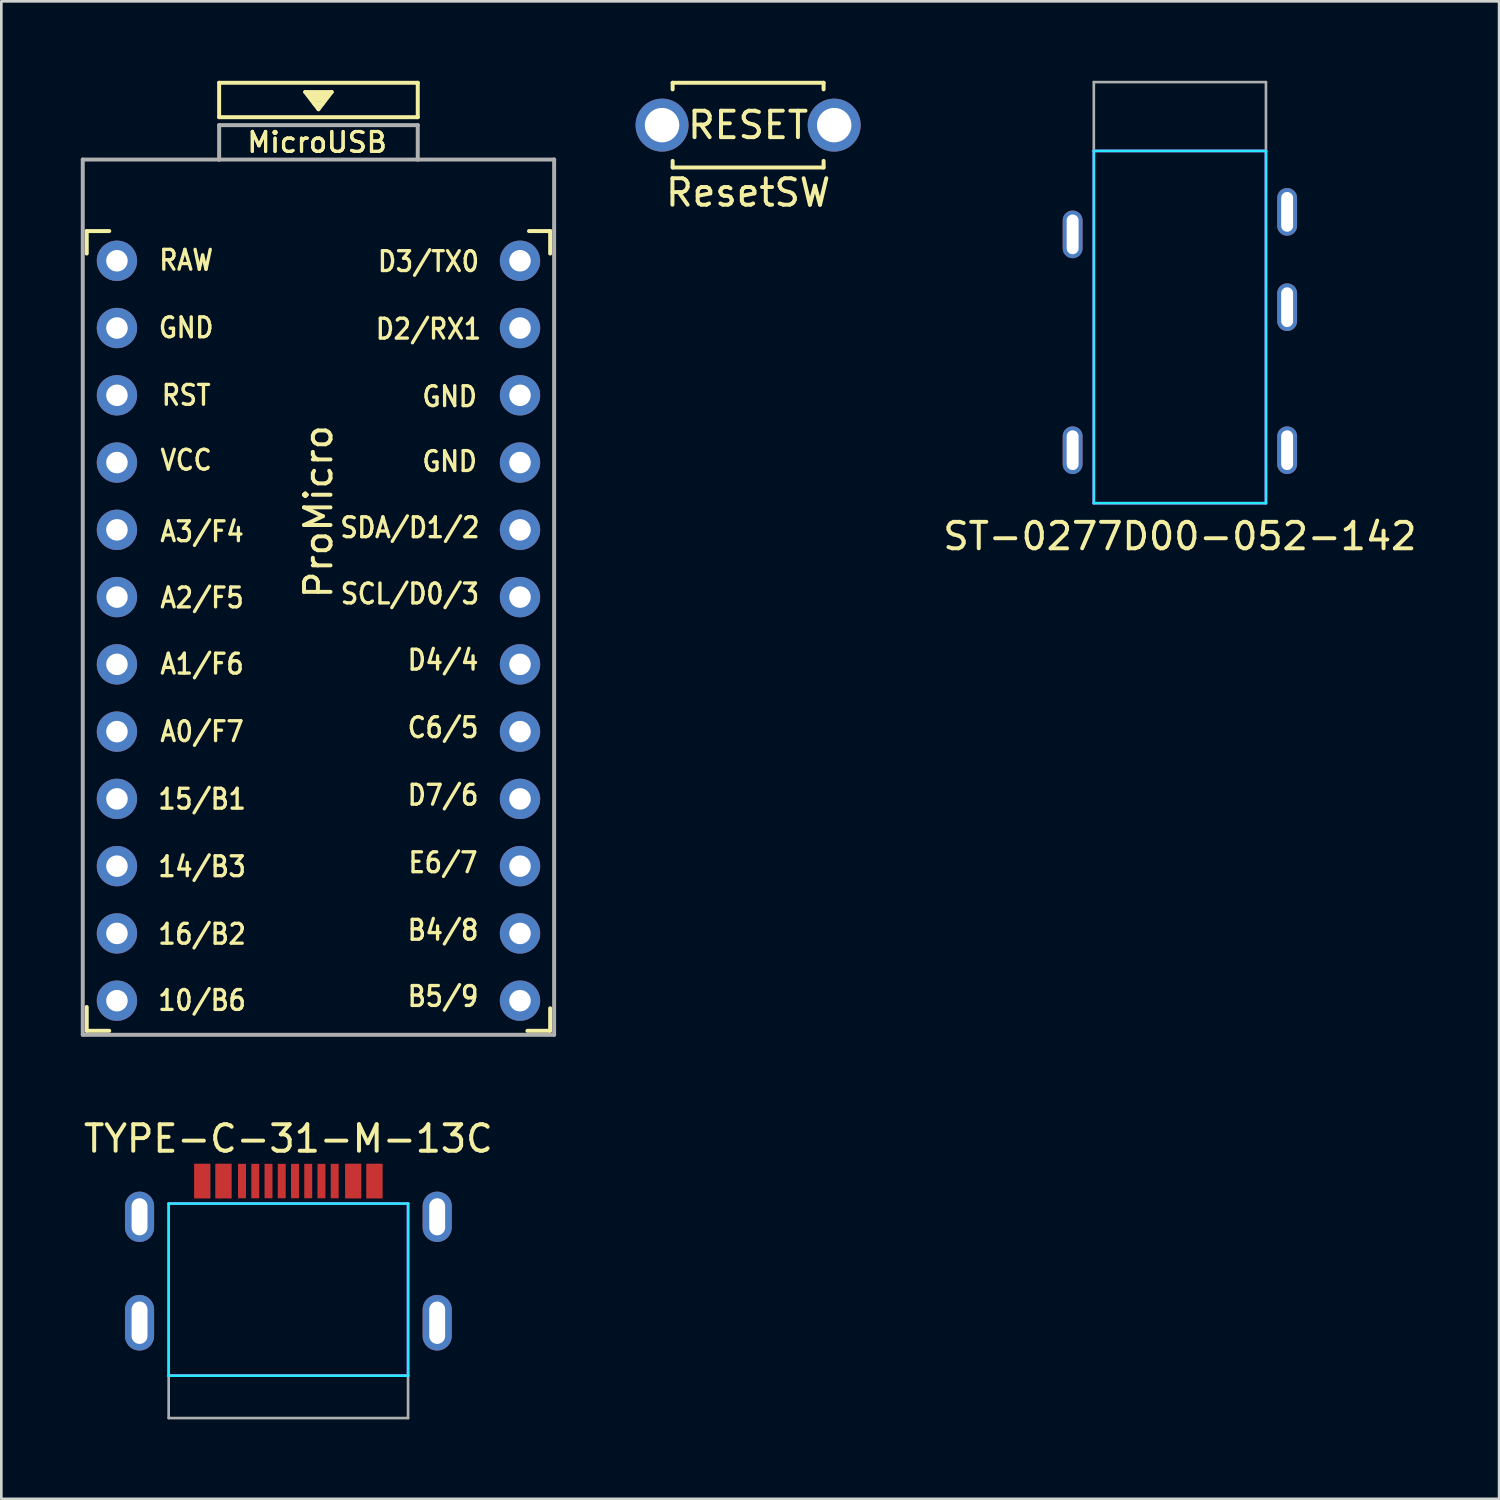
<source format=kicad_pcb>
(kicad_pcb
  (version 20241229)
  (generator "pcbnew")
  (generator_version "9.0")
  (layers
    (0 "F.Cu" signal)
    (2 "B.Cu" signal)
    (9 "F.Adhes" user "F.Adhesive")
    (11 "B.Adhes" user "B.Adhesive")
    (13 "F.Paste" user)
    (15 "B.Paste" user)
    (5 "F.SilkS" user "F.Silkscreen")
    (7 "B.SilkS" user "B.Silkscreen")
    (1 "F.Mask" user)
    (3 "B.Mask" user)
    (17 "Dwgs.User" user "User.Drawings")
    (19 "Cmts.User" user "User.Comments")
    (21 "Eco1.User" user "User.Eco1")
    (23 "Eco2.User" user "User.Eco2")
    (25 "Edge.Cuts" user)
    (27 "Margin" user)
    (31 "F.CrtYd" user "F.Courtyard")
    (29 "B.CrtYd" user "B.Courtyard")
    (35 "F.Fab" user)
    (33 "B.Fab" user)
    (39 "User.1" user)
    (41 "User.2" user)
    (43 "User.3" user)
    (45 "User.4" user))
  (footprint "ProMicro"
    (layer "F.Cu")
    (at 8.975 21.275)
    (property "Reference" "ProMicro" (at 0 -5 270) (layer "F.SilkS") (effects (font (size 1 1) (thickness 0.15))))
    (attr through_hole)
    (fp_line (start -8.75 -15.6) (end -8.75 -14.75) (stroke (width 0.15) (type solid)) (layer "F.SilkS"))
    (fp_line (start -8.75 -15.6) (end -7.9 -15.6) (stroke (width 0.15) (type solid)) (layer "F.SilkS"))
    (fp_line (start -8.75 13.7) (end -8.75 14.6) (stroke (width 0.15) (type solid)) (layer "F.SilkS"))
    (fp_line (start -8.75 14.6) (end -7.9 14.6) (stroke (width 0.15) (type solid)) (layer "F.SilkS"))
    (fp_line (start -3.75 -21.2) (end -3.75 -19.9) (stroke (width 0.15) (type solid)) (layer "F.SilkS"))
    (fp_line (start -3.75 -19.9) (end 3.75 -19.9) (stroke (width 0.15) (type solid)) (layer "F.SilkS"))
    (fp_line (start -0.5 -20.85) (end 0.5 -20.85) (stroke (width 0.15) (type solid)) (layer "F.SilkS"))
    (fp_line (start -0.35 -20.7) (end 0.35 -20.7) (stroke (width 0.15) (type solid)) (layer "F.SilkS"))
    (fp_line (start -0.25 -20.55) (end 0.25 -20.55) (stroke (width 0.15) (type solid)) (layer "F.SilkS"))
    (fp_line (start -0.15 -20.4) (end 0.15 -20.4) (stroke (width 0.15) (type solid)) (layer "F.SilkS"))
    (fp_line (start 0 -20.2) (end -0.5 -20.85) (stroke (width 0.15) (type solid)) (layer "F.SilkS"))
    (fp_line (start 0.5 -20.85) (end 0 -20.2) (stroke (width 0.15) (type solid)) (layer "F.SilkS"))
    (fp_line (start 3.75 -21.2) (end -3.75 -21.2) (stroke (width 0.15) (type solid)) (layer "F.SilkS"))
    (fp_line (start 3.75 -19.9) (end 3.75 -21.2) (stroke (width 0.15) (type solid)) (layer "F.SilkS"))
    (fp_line (start 8.75 -15.6) (end 7.95 -15.6) (stroke (width 0.15) (type solid)) (layer "F.SilkS"))
    (fp_line (start 8.75 -15.6) (end 8.75 -14.75) (stroke (width 0.15) (type solid)) (layer "F.SilkS"))
    (fp_line (start 8.75 13.75) (end 8.75 14.6) (stroke (width 0.15) (type solid)) (layer "F.SilkS"))
    (fp_line (start 8.75 14.6) (end 7.89 14.6) (stroke (width 0.15) (type solid)) (layer "F.SilkS"))
    (fp_line (start -8.9 -18.3) (end -3.75 -18.3) (stroke (width 0.15) (type solid)) (layer "F.Fab"))
    (fp_line (start -8.9 14.75) (end -8.9 -18.3) (stroke (width 0.15) (type solid)) (layer "F.Fab"))
    (fp_line (start -3.75 -19.6) (end -3.75 -18.299) (stroke (width 0.15) (type solid)) (layer "F.Fab"))
    (fp_line (start -3.75 -19.6) (end 3.75 -19.6) (stroke (width 0.15) (type solid)) (layer "F.Fab"))
    (fp_line (start -3.75 -18.3) (end 3.75 -18.3) (stroke (width 0.15) (type solid)) (layer "F.Fab"))
    (fp_line (start 3.75 -19.6) (end 3.75 -18.3) (stroke (width 0.15) (type solid)) (layer "F.Fab"))
    (fp_line (start 3.76 -18.3) (end 8.9 -18.3) (stroke (width 0.15) (type solid)) (layer "F.Fab"))
    (fp_line (start 8.9 -18.3) (end 8.9 14.75) (stroke (width 0.15) (type solid)) (layer "F.Fab"))
    (fp_line (start 8.9 14.75) (end -8.9 14.75) (stroke (width 0.15) (type solid)) (layer "F.Fab"))
    (fp_text user "GND" (at 4.955 -9.35 0) (unlocked yes) (layer "F.SilkS") (effects (font (size 0.75 0.67) (thickness 0.125))))
    (fp_text user "D4/4" (at 4.705 0.6 0) (unlocked yes) (layer "F.SilkS") (effects (font (size 0.75 0.67) (thickness 0.125))))
    (fp_text user "10/B6" (at -4.395 13.45 0) (unlocked yes) (layer "F.SilkS") (effects (font (size 0.75 0.67) (thickness 0.125))))
    (fp_text user "16/B2" (at -4.395 10.95 0) (unlocked yes) (layer "F.SilkS") (effects (font (size 0.75 0.67) (thickness 0.125))))
    (fp_text user "A1/F6" (at -4.395 0.75 0) (unlocked yes) (layer "F.SilkS") (effects (font (size 0.75 0.67) (thickness 0.125))))
    (fp_text user "GND" (at 4.955 -6.9 0) (unlocked yes) (layer "F.SilkS") (effects (font (size 0.75 0.67) (thickness 0.125))))
    (fp_text user "A2/F5" (at -4.395 -1.75 0) (unlocked yes) (layer "F.SilkS") (effects (font (size 0.75 0.67) (thickness 0.125))))
    (fp_text user "MicroUSB" (at -0.05 -18.95 0) (layer "F.SilkS") (effects (font (size 0.75 0.75) (thickness 0.12))))
    (fp_text user "14/B3" (at -4.395 8.4 0) (unlocked yes) (layer "F.SilkS") (effects (font (size 0.75 0.67) (thickness 0.125))))
    (fp_text user "15/B1" (at -4.395 5.85 0) (unlocked yes) (layer "F.SilkS") (effects (font (size 0.75 0.67) (thickness 0.125))))
    (fp_text user "D2/RX1" (at 4.155 -11.9 0) (unlocked yes) (layer "F.SilkS") (effects (font (size 0.75 0.67) (thickness 0.125))))
    (fp_text user "VCC" (at -4.995 -6.95 0) (unlocked yes) (layer "F.SilkS") (effects (font (size 0.75 0.67) (thickness 0.125))))
    (fp_text user "B5/9" (at 4.705 13.3 0) (unlocked yes) (layer "F.SilkS") (effects (font (size 0.75 0.67) (thickness 0.125))))
    (fp_text user "MicroUSB" (at -0.05 -18.95 0) (layer "F.SilkS") (effects (font (size 0.75 0.75) (thickness 0.12))))
    (fp_text user "C6/5" (at 4.705 3.15 0) (unlocked yes) (layer "F.SilkS") (effects (font (size 0.75 0.67) (thickness 0.125))))
    (fp_text user "A0/F7" (at -4.395 3.3 0) (unlocked yes) (layer "F.SilkS") (effects (font (size 0.75 0.67) (thickness 0.125))))
    (fp_text user "E6/7" (at 4.705 8.25 0) (unlocked yes) (layer "F.SilkS") (effects (font (size 0.75 0.67) (thickness 0.125))))
    (fp_text user "GND" (at -4.995 -11.95 0) (unlocked yes) (layer "F.SilkS") (effects (font (size 0.75 0.67) (thickness 0.125))))
    (fp_text user "RST" (at -4.995 -9.4 0) (unlocked yes) (layer "F.SilkS") (effects (font (size 0.75 0.67) (thickness 0.125))))
    (fp_text user "D7/6" (at 4.705 5.7 0) (unlocked yes) (layer "F.SilkS") (effects (font (size 0.75 0.67) (thickness 0.125))))
    (fp_text user "A3/F4" (at -4.395 -4.25 0) (unlocked yes) (layer "F.SilkS") (effects (font (size 0.75 0.67) (thickness 0.125))))
    (fp_text user "SDA/D1/2" (at 3.455 -4.4 0) (unlocked yes) (layer "F.SilkS") (effects (font (size 0.75 0.67) (thickness 0.125))))
    (fp_text user "D3/TX0" (at 4.155 -14.45 0) (unlocked yes) (layer "F.SilkS") (effects (font (size 0.75 0.67) (thickness 0.125))))
    (fp_text user "B4/8" (at 4.705 10.8 0) (unlocked yes) (layer "F.SilkS") (effects (font (size 0.75 0.67) (thickness 0.125))))
    (fp_text user "RAW" (at -4.995 -14.5 0) (unlocked yes) (layer "F.SilkS") (effects (font (size 0.75 0.67) (thickness 0.125))))
    (fp_text user "SCL/D0/3" (at 3.455 -1.9 0) (unlocked yes) (layer "F.SilkS") (effects (font (size 0.75 0.67) (thickness 0.125))))
    (pad "1" thru_hole circle (at 7.611 -14.478) (size 1.524 1.524) (drill 0.813) (layers "*.Cu" "B.Mask"))
    (pad "2" thru_hole circle (at 7.611 -11.938) (size 1.524 1.524) (drill 0.813) (layers "*.Cu" "B.Mask"))
    (pad "3" thru_hole circle (at 7.611 -9.398) (size 1.524 1.524) (drill 0.813) (layers "*.Cu" "B.Mask"))
    (pad "4" thru_hole circle (at 7.611 -6.858) (size 1.524 1.524) (drill 0.813) (layers "*.Cu" "B.Mask"))
    (pad "5" thru_hole circle (at 7.611 -4.318) (size 1.524 1.524) (drill 0.813) (layers "*.Cu" "B.Mask"))
    (pad "6" thru_hole circle (at 7.611 -1.778) (size 1.524 1.524) (drill 0.813) (layers "*.Cu" "B.Mask"))
    (pad "7" thru_hole circle (at 7.611 0.762) (size 1.524 1.524) (drill 0.813) (layers "*.Cu" "B.Mask"))
    (pad "8" thru_hole circle (at 7.611 3.302) (size 1.524 1.524) (drill 0.813) (layers "*.Cu" "B.Mask"))
    (pad "9" thru_hole circle (at 7.611 5.842) (size 1.524 1.524) (drill 0.813) (layers "*.Cu" "B.Mask"))
    (pad "10" thru_hole circle (at 7.611 8.382) (size 1.524 1.524) (drill 0.813) (layers "*.Cu" "B.Mask"))
    (pad "11" thru_hole circle (at 7.611 10.922) (size 1.524 1.524) (drill 0.813) (layers "*.Cu" "B.Mask"))
    (pad "12" thru_hole circle (at 7.611 13.462) (size 1.524 1.524) (drill 0.813) (layers "*.Cu" "B.Mask"))
    (pad "13" thru_hole circle (at -7.609 13.462) (size 1.524 1.524) (drill 0.813) (layers "*.Cu" "B.Mask"))
    (pad "14" thru_hole circle (at -7.609 10.922) (size 1.524 1.524) (drill 0.813) (layers "*.Cu" "B.Mask"))
    (pad "15" thru_hole circle (at -7.609 8.382) (size 1.524 1.524) (drill 0.813) (layers "*.Cu" "B.Mask"))
    (pad "16" thru_hole circle (at -7.609 5.842) (size 1.524 1.524) (drill 0.813) (layers "*.Cu" "B.Mask"))
    (pad "17" thru_hole circle (at -7.609 3.302) (size 1.524 1.524) (drill 0.813) (layers "*.Cu" "B.Mask"))
    (pad "18" thru_hole circle (at -7.609 0.762) (size 1.524 1.524) (drill 0.813) (layers "*.Cu" "B.Mask"))
    (pad "19" thru_hole circle (at -7.609 -1.778) (size 1.524 1.524) (drill 0.813) (layers "*.Cu" "B.Mask"))
    (pad "20" thru_hole circle (at -7.609 -4.318) (size 1.524 1.524) (drill 0.813) (layers "*.Cu" "B.Mask"))
    (pad "21" thru_hole circle (at -7.609 -6.858) (size 1.524 1.524) (drill 0.813) (layers "*.Cu" "B.Mask"))
    (pad "22" thru_hole circle (at -7.609 -9.398) (size 1.524 1.524) (drill 0.813) (layers "*.Cu" "B.Mask"))
    (pad "23" thru_hole circle (at -7.609 -11.938) (size 1.524 1.524) (drill 0.813) (layers "*.Cu" "B.Mask"))
    (pad "24" thru_hole circle (at -7.609 -14.478) (size 1.524 1.524) (drill 0.813) (layers "*.Cu" "B.Mask")))
  (footprint "TYPE-C-31-M-13C"
    (layer "F.Cu")
    (at 7.839 46.898)
    (property "Reference" "TYPE-C-31-M-13C" (at 0 -6.95 0) (layer "F.SilkS") (effects (font (size 1 1) (thickness 0.15))))
    (attr smd)
    (fp_line (start -4.52 -4.5) (end -4.52 2) (stroke (width 0.1) (type solid)) (layer "B.CrtYd"))
    (fp_line (start 4.52 -4.5) (end -4.52 -4.5) (stroke (width 0.1) (type default)) (layer "B.CrtYd"))
    (fp_line (start 4.52 -4.5) (end 4.52 2) (stroke (width 0.1) (type solid)) (layer "B.CrtYd"))
    (fp_line (start 4.52 2) (end -4.52 2) (stroke (width 0.1) (type default)) (layer "B.CrtYd"))
    (fp_line (start -4.52 -4.5) (end -4.52 2) (stroke (width 0.1) (type solid)) (layer "F.CrtYd"))
    (fp_line (start 4.52 -4.5) (end -4.52 -4.5) (stroke (width 0.1) (type default)) (layer "F.CrtYd"))
    (fp_line (start 4.52 -4.5) (end 4.52 2) (stroke (width 0.1) (type solid)) (layer "F.CrtYd"))
    (fp_line (start 4.52 2) (end -4.52 2) (stroke (width 0.1) (type default)) (layer "F.CrtYd"))
    (fp_line (start -4.52 2) (end -4.52 3.6) (stroke (width 0.1) (type default)) (layer "F.Fab"))
    (fp_line (start -4.52 2) (end 4.52 2) (stroke (width 0.1) (type default)) (layer "F.Fab"))
    (fp_line (start 4.52 2) (end 4.52 3.6) (stroke (width 0.1) (type default)) (layer "F.Fab"))
    (fp_line (start 4.52 3.6) (end -4.52 3.6) (stroke (width 0.1) (type default)) (layer "F.Fab"))
    (pad "A1" smd rect (at -3.25 -5.35) (size 0.6 1.3) (layers "F.Cu" "F.Mask" "F.Paste"))
    (pad "A4" smd rect (at -2.45 -5.35) (size 0.6 1.3) (layers "F.Cu" "F.Mask" "F.Paste"))
    (pad "A5" smd rect (at -1.25 -5.35) (size 0.3 1.3) (layers "F.Cu" "F.Mask" "F.Paste"))
    (pad "A6" smd rect (at -0.25 -5.35) (size 0.3 1.3) (layers "F.Cu" "F.Mask" "F.Paste"))
    (pad "A7" smd rect (at 0.25 -5.35) (size 0.3 1.3) (layers "F.Cu" "F.Mask" "F.Paste"))
    (pad "A8" smd rect (at 1.25 -5.35) (size 0.3 1.3) (layers "F.Cu" "F.Mask" "F.Paste"))
    (pad "A9" smd rect (at 2.45 -5.35) (size 0.6 1.3) (layers "F.Cu" "F.Mask" "F.Paste"))
    (pad "A12" smd rect (at 3.25 -5.35) (size 0.6 1.3) (layers "F.Cu" "F.Mask" "F.Paste"))
    (pad "B1" smd rect (at 3.25 -5.35) (size 0.6 1.3) (layers "F.Cu" "F.Mask" "F.Paste"))
    (pad "B4" smd rect (at 2.45 -5.35) (size 0.6 1.3) (layers "F.Cu" "F.Mask" "F.Paste"))
    (pad "B5" smd rect (at 1.75 -5.35) (size 0.3 1.3) (layers "F.Cu" "F.Mask" "F.Paste"))
    (pad "B6" smd rect (at 0.75 -5.35) (size 0.3 1.3) (layers "F.Cu" "F.Mask" "F.Paste"))
    (pad "B7" smd rect (at -0.75 -5.35) (size 0.3 1.3) (layers "F.Cu" "F.Mask" "F.Paste"))
    (pad "B8" smd rect (at -1.75 -5.35) (size 0.3 1.3) (layers "F.Cu" "F.Mask" "F.Paste"))
    (pad "B9" smd rect (at -2.45 -5.35) (size 0.6 1.3) (layers "F.Cu" "F.Mask" "F.Paste"))
    (pad "B12" smd rect (at -3.25 -5.35) (size 0.6 1.3) (layers "F.Cu" "F.Mask" "F.Paste"))
    (pad "S1" thru_hole oval (at -5.62 -4) (size 1.1 1.9) (drill oval 0.6 1.4) (layers "*.Cu" "*.Mask"))
    (pad "S1" thru_hole oval (at -5.62 0) (size 1.1 2.1) (drill oval 0.6 1.6) (layers "*.Cu" "*.Mask"))
    (pad "S1" thru_hole oval (at 5.62 -4) (size 1.1 1.9) (drill oval 0.6 1.4) (layers "*.Cu" "*.Mask"))
    (pad "S1" thru_hole oval (at 5.62 0) (size 1.1 2.1) (drill oval 0.6 1.6) (layers "*.Cu" "*.Mask")))
  (footprint "ResetSW"
    (layer "F.Cu")
    (at 25.2 1.675)
    (property "Reference" "ResetSW" (at 0 2.55 0) (layer "F.SilkS") (effects (font (size 1 1) (thickness 0.15))))
    (attr through_hole)
    (fp_line (start -2.85 -1.6) (end -2.85 -1.35) (stroke (width 0.15) (type solid)) (layer "F.SilkS"))
    (fp_line (start -2.85 -1.6) (end 2.85 -1.6) (stroke (width 0.15) (type solid)) (layer "F.SilkS"))
    (fp_line (start -2.85 1.6) (end -2.85 1.35) (stroke (width 0.15) (type solid)) (layer "F.SilkS"))
    (fp_line (start -2.85 1.6) (end 2.85 1.6) (stroke (width 0.15) (type solid)) (layer "F.SilkS"))
    (fp_line (start 2.85 -1.6) (end 2.85 -1.35) (stroke (width 0.15) (type solid)) (layer "F.SilkS"))
    (fp_line (start 2.85 1.6) (end 2.85 1.35) (stroke (width 0.15) (type solid)) (layer "F.SilkS"))
    (fp_text user "RESET" (at 0 0 0) (layer "F.SilkS") (effects (font (size 1 1) (thickness 0.15))))
    (pad "1" thru_hole circle (at 3.25 0) (size 2 2) (drill 1.3) (layers "*.Cu" "B.Mask"))
    (pad "2" thru_hole circle (at -3.25 0) (size 2 2) (drill 1.3) (layers "*.Cu" "B.Mask")))
  (footprint "ST-0277D00-052-142"
    (layer "F.Cu")
    (at 41.504 2.55)
    (property "Reference" "ST-0277D00-052-142" (at 0 14.65 0) (layer "F.SilkS") (effects (font (size 1 1) (thickness 0.15))))
    (attr through_hole)
    (fp_line (start -3.25 0.1) (end -3.25 13.4) (stroke (width 0.1) (type solid)) (layer "B.CrtYd"))
    (fp_line (start -3.25 0.1) (end 3.25 0.1) (stroke (width 0.1) (type solid)) (layer "B.CrtYd"))
    (fp_line (start -3.25 13.4) (end 3.25 13.4) (stroke (width 0.1) (type solid)) (layer "B.CrtYd"))
    (fp_line (start 3.25 0.1) (end 3.25 13.4) (stroke (width 0.1) (type solid)) (layer "B.CrtYd"))
    (fp_line (start -3.25 0.1) (end -3.25 13.4) (stroke (width 0.1) (type solid)) (layer "F.CrtYd"))
    (fp_line (start -3.25 0.1) (end 3.25 0.1) (stroke (width 0.1) (type solid)) (layer "F.CrtYd"))
    (fp_line (start -3.25 13.4) (end 3.25 13.4) (stroke (width 0.1) (type solid)) (layer "F.CrtYd"))
    (fp_line (start 3.25 0.1) (end 3.25 13.4) (stroke (width 0.1) (type solid)) (layer "F.CrtYd"))
    (fp_line (start -3.25 -2.5) (end 3.25 -2.5) (stroke (width 0.1) (type default)) (layer "F.Fab"))
    (fp_line (start -3.25 0.11) (end -3.25 -2.5) (stroke (width 0.1) (type default)) (layer "F.Fab"))
    (fp_line (start 3.25 0.11) (end 3.25 -2.5) (stroke (width 0.1) (type default)) (layer "F.Fab"))
    (pad "R1" thru_hole oval (at 4.05 6) (size 0.75 1.8) (drill oval 0.45 1.5) (layers "*.Cu" "*.Mask"))
    (pad "R2" thru_hole oval (at -4.05 3.25) (size 0.75 1.8) (drill oval 0.45 1.5) (layers "*.Cu" "*.Mask"))
    (pad "S" thru_hole oval (at 4.05 2.4) (size 0.75 1.8) (drill oval 0.45 1.5) (layers "*.Cu" "*.Mask"))
    (pad "T" thru_hole oval (at -4.05 11.4) (size 0.75 1.8) (drill oval 0.45 1.5) (layers "*.Cu" "*.Mask"))
    (pad "T" thru_hole oval (at 4.05 11.4) (size 0.75 1.8) (drill oval 0.45 1.5) (layers "*.Cu" "*.Mask")))
  (gr_rect
    (start -3 -3)
    (end 53.557 53.548)
    (stroke (width 0.1) (type default))
    (fill no)
    (layer "Edge.Cuts")))
</source>
